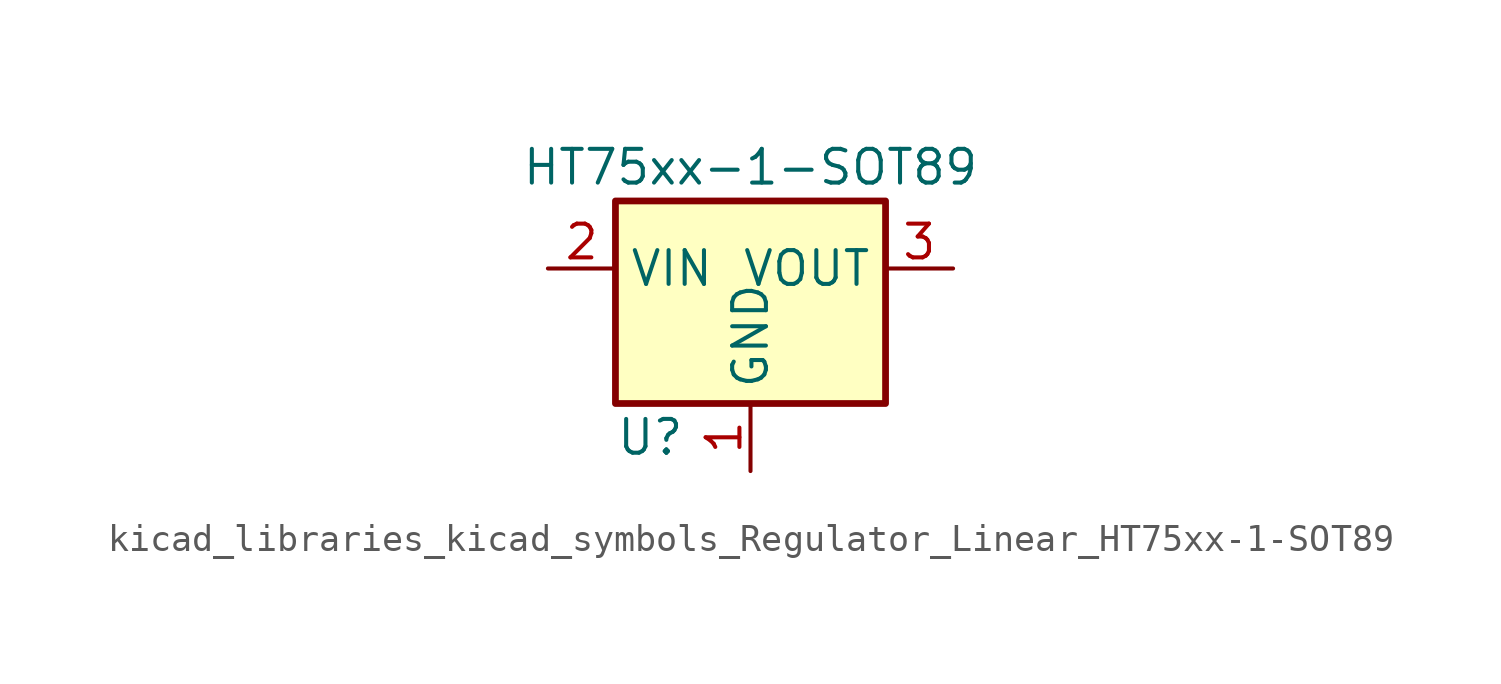
<source format=kicad_sym>
(kicad_symbol_lib
  (version 20220914)
  (generator kicad_symbol_editor)
  (symbol "kicad_libraries_kicad_symbols_Regulator_Linear_HT75xx-1-SOT89"
    (property "Reference" "U"
      (at -5.08 -3.81 0)
      (effects (font (size 1.27 1.27)) (justify left)))
    (property "Value" "HT75xx-1-SOT89"
      (at 0 6.35 0)
      (effects (font (size 1.27 1.27))))
    (symbol "kicad_libraries_kicad_symbols_Regulator_Linear_HT75xx-1-SOT89_0_1"
      (rectangle (start -5.08 5.08) (end 5.08 -2.54) (stroke (width 0.254) (type default)) (fill (type background))))
    (symbol "kicad_libraries_kicad_symbols_Regulator_Linear_HT75xx-1-SOT89_1_1"
      (pin power_in line (at 0 -5.08 90) (length 2.54) (name "GND" (effects (font (size 1.27 1.27)))) (number "1" (effects (font (size 1.27 1.27)))))
      (pin power_in line (at -7.62 2.54 0) (length 2.54) (name "VIN" (effects (font (size 1.27 1.27)))) (number "2" (effects (font (size 1.27 1.27)))))
      (pin power_out line (at 7.62 2.54 180) (length 2.54) (name "VOUT" (effects (font (size 1.27 1.27)))) (number "3" (effects (font (size 1.27 1.27))))))))
</source>
